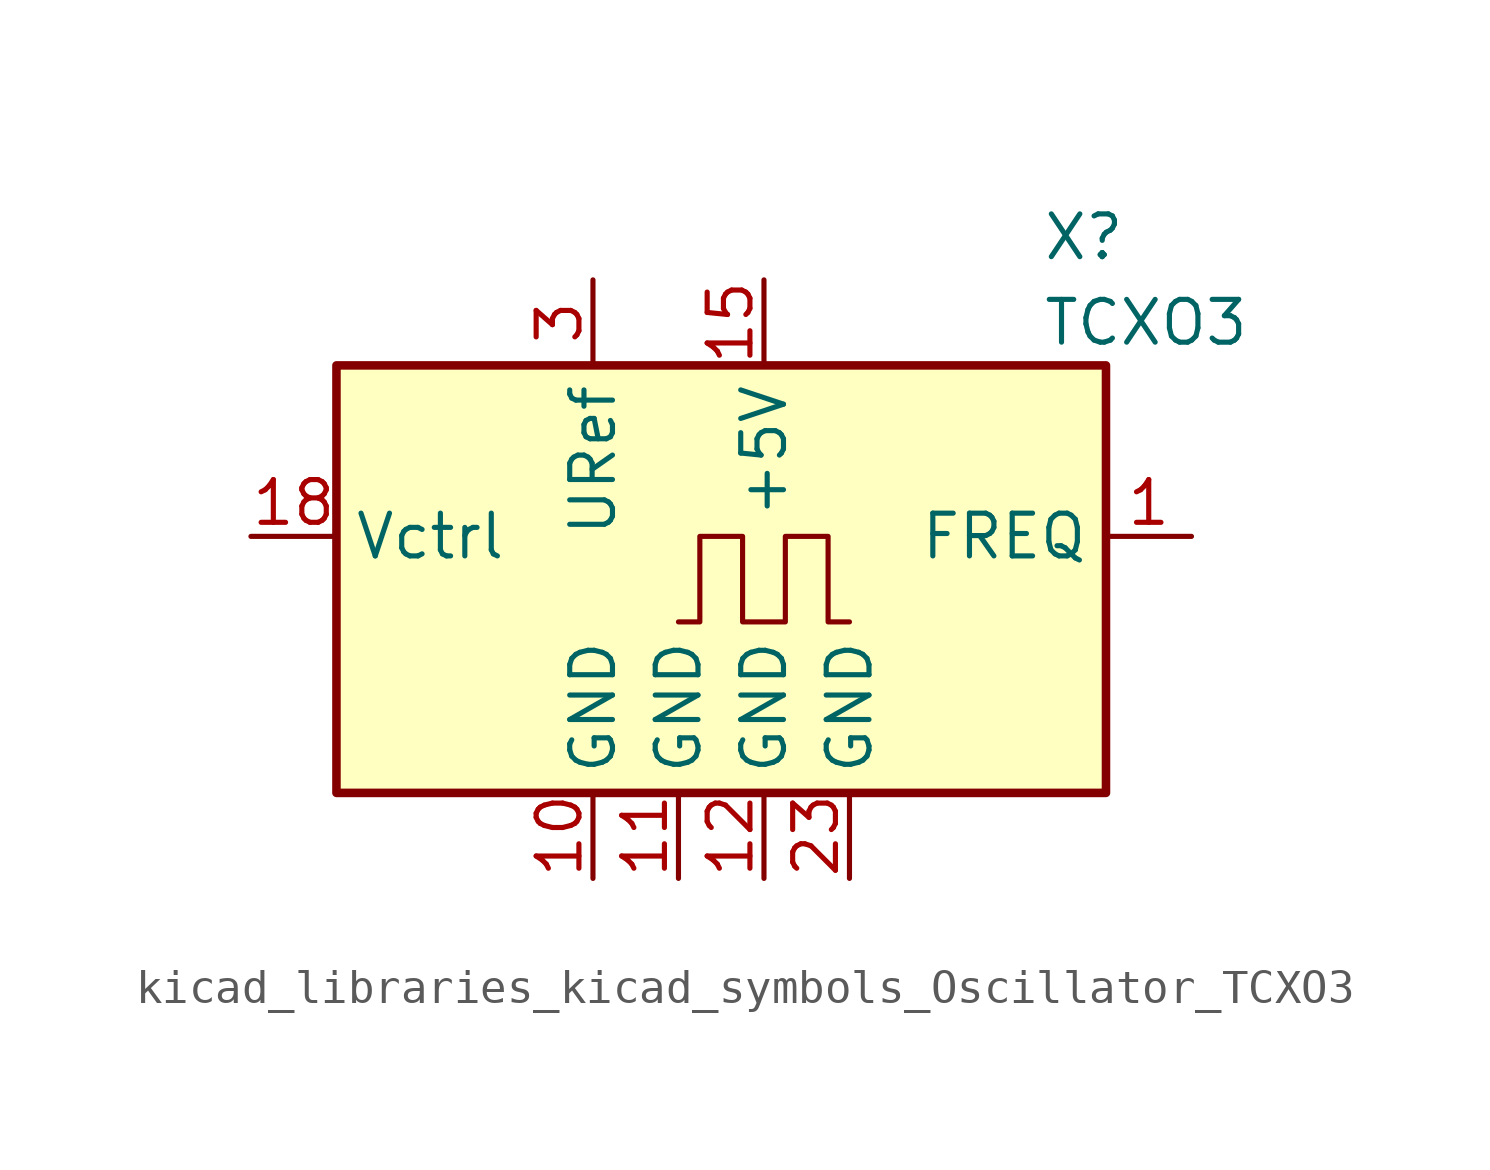
<source format=kicad_sym>
(kicad_symbol_lib
  (version 20220914)
  (generator kicad_symbol_editor)
  (symbol "kicad_libraries_kicad_symbols_Oscillator_TCXO3"
    (property "Reference" "X"
      (at 8.255 11.43 0)
      (effects (font (size 1.27 1.27)) (justify left)))
    (property "Value" "TCXO3"
      (at 8.255 8.89 0)
      (effects (font (size 1.27 1.27)) (justify left)))
    (symbol "kicad_libraries_kicad_symbols_Oscillator_TCXO3_0_1"
      (rectangle (start -12.7 -5.08) (end 10.16 7.62) (stroke (width 0.254) (type default)) (fill (type background)))
      (polyline (pts (xy -2.54 0) (xy -1.905 0) (xy -1.905 2.54) (xy -0.635 2.54) (xy -0.635 0) (xy 0.635 0) (xy 0.635 2.54) (xy 1.905 2.54) (xy 1.905 0) (xy 2.54 0)) (stroke (width 0) (type default)) (fill (type none))))
    (symbol "kicad_libraries_kicad_symbols_Oscillator_TCXO3_1_1"
      (pin output line (at 12.7 2.54 180) (length 2.54) (name "FREQ" (effects (font (size 1.27 1.27)))) (number "1" (effects (font (size 1.27 1.27)))))
      (pin power_in line (at -5.08 -7.62 90) (length 2.54) (name "GND" (effects (font (size 1.27 1.27)))) (number "10" (effects (font (size 1.27 1.27)))))
      (pin power_in line (at -2.54 -7.62 90) (length 2.54) (name "GND" (effects (font (size 1.27 1.27)))) (number "11" (effects (font (size 1.27 1.27)))))
      (pin power_in line (at 0 -7.62 90) (length 2.54) (name "GND" (effects (font (size 1.27 1.27)))) (number "12" (effects (font (size 1.27 1.27)))))
      (pin no_connect line (at 7.62 -5.08 90) (length 2.54) hide (name "NC" (effects (font (size 1.27 1.27)))) (number "13" (effects (font (size 1.27 1.27)))))
      (pin no_connect line (at 10.16 0 180) (length 2.54) hide (name "NC" (effects (font (size 1.27 1.27)))) (number "14" (effects (font (size 1.27 1.27)))))
      (pin power_in line (at 0 10.16 270) (length 2.54) (name "+5V" (effects (font (size 1.27 1.27)))) (number "15" (effects (font (size 1.27 1.27)))))
      (pin no_connect line (at 5.08 7.62 270) (length 2.54) hide (name "NC" (effects (font (size 1.27 1.27)))) (number "16" (effects (font (size 1.27 1.27)))))
      (pin no_connect line (at -2.54 7.62 270) (length 2.54) hide (name "NC" (effects (font (size 1.27 1.27)))) (number "17" (effects (font (size 1.27 1.27)))))
      (pin input line (at -15.24 2.54 0) (length 2.54) (name "Vctrl" (effects (font (size 1.27 1.27)))) (number "18" (effects (font (size 1.27 1.27)))))
      (pin no_connect line (at -7.62 7.62 270) (length 2.54) hide (name "NC" (effects (font (size 1.27 1.27)))) (number "19" (effects (font (size 1.27 1.27)))))
      (pin no_connect line (at 10.16 5.08 180) (length 2.54) hide (name "NC" (effects (font (size 1.27 1.27)))) (number "2" (effects (font (size 1.27 1.27)))))
      (pin no_connect line (at -10.16 7.62 270) (length 2.54) hide (name "NC" (effects (font (size 1.27 1.27)))) (number "20" (effects (font (size 1.27 1.27)))))
      (pin no_connect line (at 7.62 7.62 270) (length 2.54) hide (name "NC" (effects (font (size 1.27 1.27)))) (number "21" (effects (font (size 1.27 1.27)))))
      (pin no_connect line (at 10.16 -2.54 180) (length 2.54) hide (name "NC" (effects (font (size 1.27 1.27)))) (number "22" (effects (font (size 1.27 1.27)))))
      (pin power_in line (at 2.54 -7.62 90) (length 2.54) (name "GND" (effects (font (size 1.27 1.27)))) (number "23" (effects (font (size 1.27 1.27)))))
      (pin power_out line (at -5.08 10.16 270) (length 2.54) (name "URef" (effects (font (size 1.27 1.27)))) (number "3" (effects (font (size 1.27 1.27)))))
      (pin no_connect line (at -12.7 5.08 0) (length 2.54) hide (name "NC" (effects (font (size 1.27 1.27)))) (number "4" (effects (font (size 1.27 1.27)))))
      (pin no_connect line (at 2.54 7.62 270) (length 2.54) hide (name "NC" (effects (font (size 1.27 1.27)))) (number "5" (effects (font (size 1.27 1.27)))))
      (pin no_connect line (at -12.7 0 0) (length 2.54) hide (name "NC" (effects (font (size 1.27 1.27)))) (number "6" (effects (font (size 1.27 1.27)))))
      (pin no_connect line (at -12.7 -2.54 0) (length 2.54) hide (name "NC" (effects (font (size 1.27 1.27)))) (number "7" (effects (font (size 1.27 1.27)))))
      (pin no_connect line (at -7.62 -5.08 90) (length 2.54) hide (name "NC" (effects (font (size 1.27 1.27)))) (number "8" (effects (font (size 1.27 1.27)))))
      (pin no_connect line (at 5.08 -5.08 90) (length 2.54) hide (name "NC" (effects (font (size 1.27 1.27)))) (number "9" (effects (font (size 1.27 1.27))))))))
</source>
